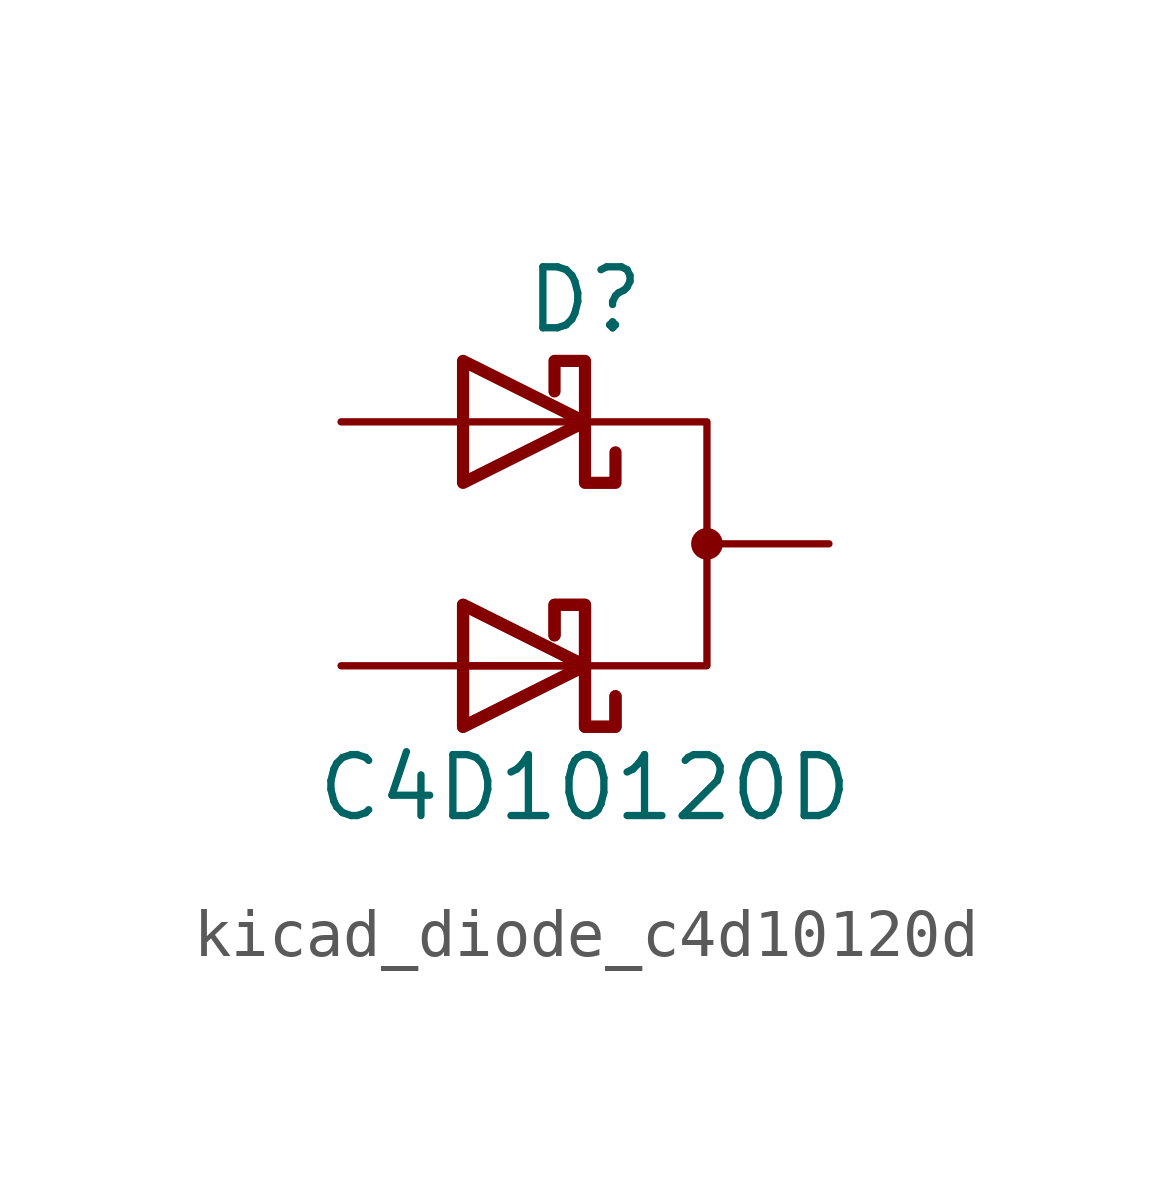
<source format=kicad_sym>
(kicad_symbol_lib
  (version 20220914)
  (generator kicad_symbol_editor)
  (symbol "kicad_diode_c4d10120d"
    (pin_numbers hide)
    (pin_names
      (offset 1.016) hide)
    (property "Reference" "D"
      (at 0 5.08 0)
      (effects (font (size 1.27 1.27))))
    (property "Value" "C4D10120D"
      (at 0 -5.08 0)
      (effects (font (size 1.27 1.27))))
    (symbol "kicad_diode_c4d10120d_0_1"
      (polyline (pts (xy -2.54 -2.54) (xy 0 -2.54)) (stroke (width 0) (type default)) (fill (type none)))
      (polyline (pts (xy -2.54 -2.54) (xy 0 -2.54)) (stroke (width 0) (type default)) (fill (type none)))
      (polyline (pts (xy -2.54 2.54) (xy 0 2.54)) (stroke (width 0) (type default)) (fill (type none)))
      (polyline (pts (xy -2.54 -3.81) (xy -2.54 -1.27) (xy 0 -2.54) (xy -2.54 -3.81)) (stroke (width 0.254) (type default)) (fill (type none)))
      (polyline (pts (xy -2.54 -3.81) (xy -2.54 -1.27) (xy 0 -2.54) (xy -2.54 -3.81)) (stroke (width 0.254) (type default)) (fill (type none)))
      (polyline (pts (xy -2.54 1.27) (xy -2.54 3.81) (xy 0 2.54) (xy -2.54 1.27)) (stroke (width 0.254) (type default)) (fill (type none)))
      (polyline (pts (xy 0 2.54) (xy 2.54 2.54) (xy 2.54 -2.54) (xy 0 -2.54)) (stroke (width 0) (type default)) (fill (type none)))
      (polyline (pts (xy 0.635 -3.175) (xy 0.635 -3.81) (xy 0 -3.81) (xy 0 -1.27) (xy -0.635 -1.27) (xy -0.635 -1.905)) (stroke (width 0.254) (type default)) (fill (type none)))
      (polyline (pts (xy 0.635 -3.175) (xy 0.635 -3.81) (xy 0 -3.81) (xy 0 -1.27) (xy -0.635 -1.27) (xy -0.635 -1.905)) (stroke (width 0.254) (type default)) (fill (type none)))
      (polyline (pts (xy 0.635 1.905) (xy 0.635 1.27) (xy 0 1.27) (xy 0 3.81) (xy -0.635 3.81) (xy -0.635 3.175)) (stroke (width 0.254) (type default)) (fill (type none)))
      (circle (center 2.54 0) (radius 0.254) (stroke (width 0) (type default)) (fill (type outline))))
    (symbol "kicad_diode_c4d10120d_1_1"
      (pin passive line (at -5.08 2.54 0) (length 2.54) (name "A1" (effects (font (size 1.27 1.27)))) (number "1" (effects (font (size 1.27 1.27)))))
      (pin passive line (at 5.08 0 180) (length 2.54) (name "K" (effects (font (size 1.27 1.27)))) (number "2" (effects (font (size 1.27 1.27)))))
      (pin passive line (at -5.08 -2.54 0) (length 2.54) (name "A2" (effects (font (size 1.27 1.27)))) (number "3" (effects (font (size 1.27 1.27))))))))
</source>
